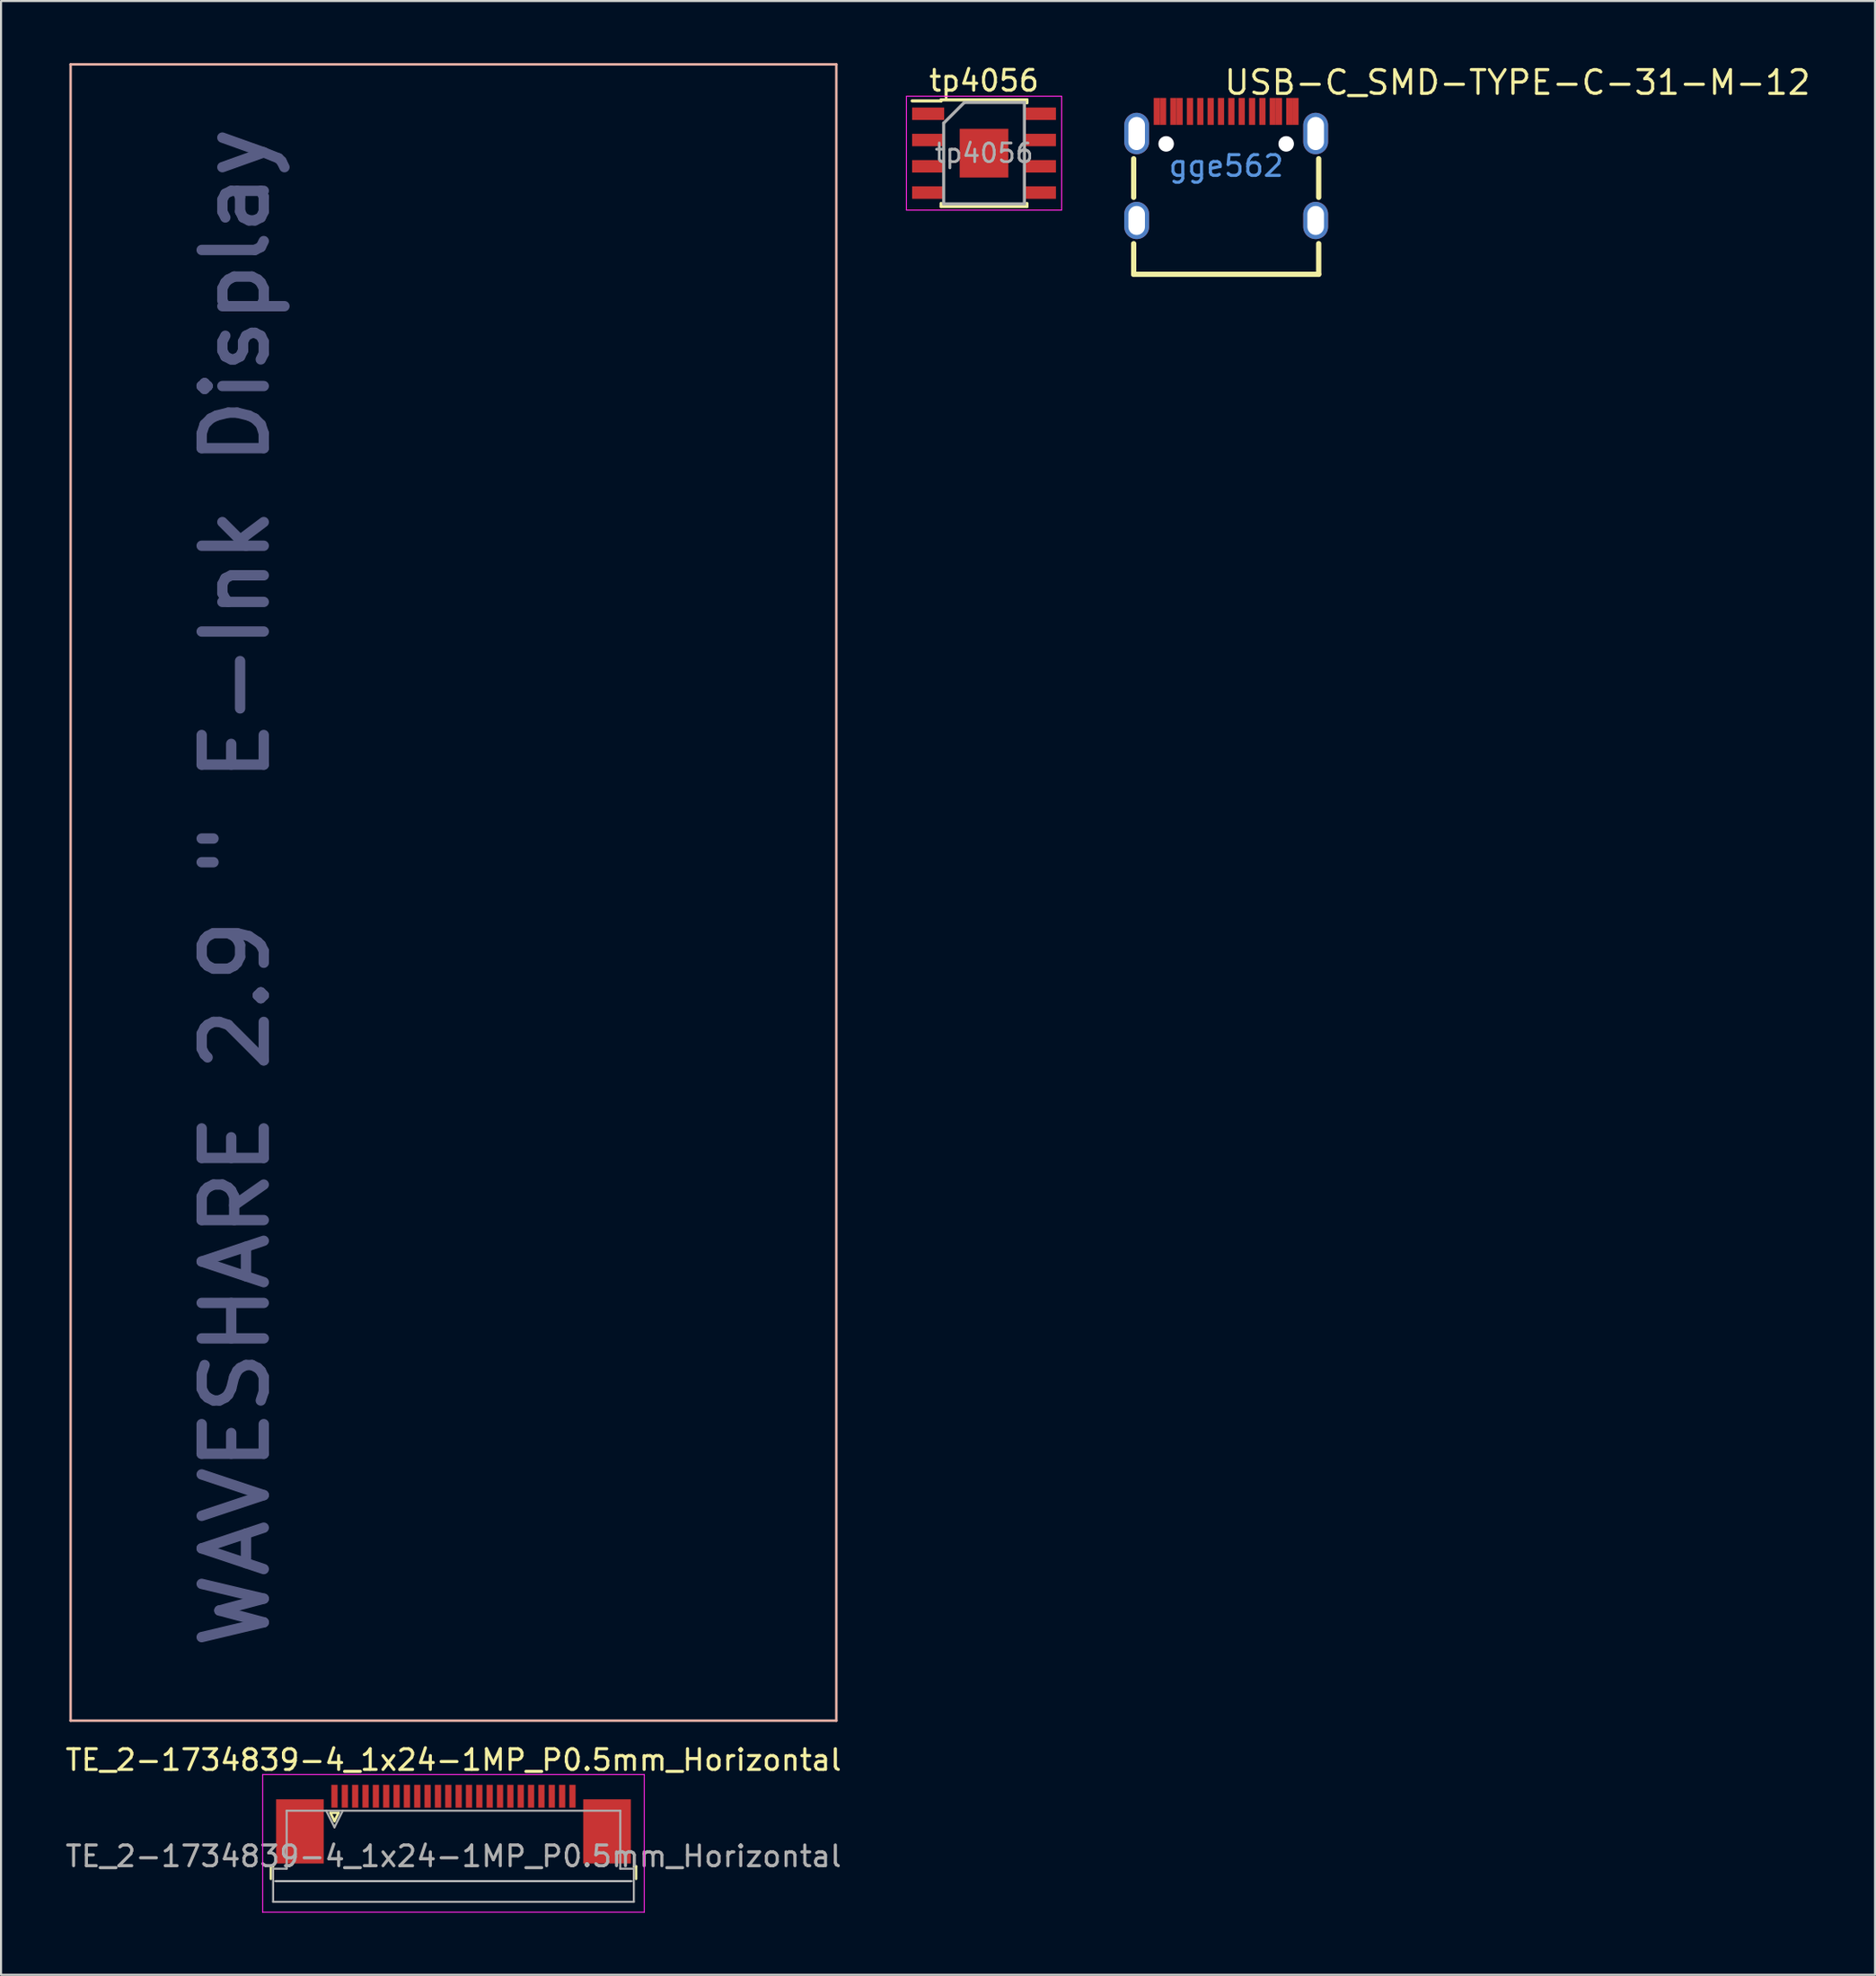
<source format=kicad_pcb>
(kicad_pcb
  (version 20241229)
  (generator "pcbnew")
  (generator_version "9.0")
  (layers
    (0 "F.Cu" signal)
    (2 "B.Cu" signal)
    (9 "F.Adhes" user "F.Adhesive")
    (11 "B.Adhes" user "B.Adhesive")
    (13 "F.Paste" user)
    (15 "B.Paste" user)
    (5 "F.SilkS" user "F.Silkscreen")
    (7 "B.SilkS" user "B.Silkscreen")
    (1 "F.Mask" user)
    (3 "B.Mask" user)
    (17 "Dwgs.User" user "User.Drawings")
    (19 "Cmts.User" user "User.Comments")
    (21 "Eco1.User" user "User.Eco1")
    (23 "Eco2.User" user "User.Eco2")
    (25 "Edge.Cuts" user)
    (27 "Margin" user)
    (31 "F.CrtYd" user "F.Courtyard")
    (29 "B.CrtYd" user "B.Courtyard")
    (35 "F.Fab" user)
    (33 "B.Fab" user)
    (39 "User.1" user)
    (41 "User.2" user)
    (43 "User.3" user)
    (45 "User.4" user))
  (footprint "TE_2-1734839-4_1x24-1MP_P0.5mm_Horizontal"
    (layer "F.Cu")
    (at 18.863 85.06)
    (property "Reference" "TE_2-1734839-4_1x24-1MP_P0.5mm_Horizontal" (at 0 -3.1 0) (layer "F.SilkS") (effects (font (size 1 1) (thickness 0.15))))
    (attr smd)
    (fp_line (start -8.825 2.04) (end -8.825 2.64) (stroke (width 0.12) (type solid)) (layer "F.SilkS"))
    (fp_line (start -8.715 2.04) (end -8.825 2.04) (stroke (width 0.12) (type solid)) (layer "F.SilkS"))
    (fp_line (start -5.95 -0.55) (end -5.75 -0.15) (stroke (width 0.12) (type solid)) (layer "F.SilkS"))
    (fp_line (start -5.75 -0.15) (end -5.55 -0.55) (stroke (width 0.12) (type solid)) (layer "F.SilkS"))
    (fp_line (start -5.55 -0.55) (end -5.95 -0.55) (stroke (width 0.12) (type solid)) (layer "F.SilkS"))
    (fp_line (start 8.715 2.04) (end 8.825 2.04) (stroke (width 0.12) (type solid)) (layer "F.SilkS"))
    (fp_line (start 8.825 2.04) (end 8.825 2.64) (stroke (width 0.12) (type solid)) (layer "F.SilkS"))
    (fp_line (start -18.5 -85) (end -18.5 -5) (stroke (width 0.12) (type solid)) (layer "B.SilkS"))
    (fp_line (start -18.5 -85) (end 18.5 -85) (stroke (width 0.12) (type solid)) (layer "B.SilkS"))
    (fp_line (start -18.5 -5) (end 18.5 -5) (stroke (width 0.12) (type solid)) (layer "B.SilkS"))
    (fp_line (start 18.5 -85) (end 18.5 -5) (stroke (width 0.12) (type solid)) (layer "B.SilkS"))
    (fp_line (start 8.605 2.75) (end -8.605 2.75) (stroke (width 0.1) (type solid)) (layer "Dwgs.User"))
    (fp_line (start -9.22 -2.4) (end -9.22 4.25) (stroke (width 0.05) (type solid)) (layer "F.CrtYd"))
    (fp_line (start -9.22 4.25) (end 9.22 4.25) (stroke (width 0.05) (type solid)) (layer "F.CrtYd"))
    (fp_line (start 9.22 -2.4) (end -9.22 -2.4) (stroke (width 0.05) (type solid)) (layer "F.CrtYd"))
    (fp_line (start 9.22 4.25) (end 9.22 -2.4) (stroke (width 0.05) (type solid)) (layer "F.CrtYd"))
    (fp_line (start -8.715 2.15) (end -8.06 2.15) (stroke (width 0.1) (type solid)) (layer "F.Fab"))
    (fp_line (start -8.715 3.75) (end -8.715 2.15) (stroke (width 0.1) (type solid)) (layer "F.Fab"))
    (fp_line (start -8.06 -0.65) (end 8.06 -0.65) (stroke (width 0.1) (type solid)) (layer "F.Fab"))
    (fp_line (start -8.06 2.15) (end -8.06 -0.65) (stroke (width 0.1) (type solid)) (layer "F.Fab"))
    (fp_line (start -6.15 -0.65) (end -5.75 0.15) (stroke (width 0.1) (type solid)) (layer "F.Fab"))
    (fp_line (start -5.75 0.15) (end -5.35 -0.65) (stroke (width 0.1) (type solid)) (layer "F.Fab"))
    (fp_line (start 8.06 -0.65) (end 8.06 2.15) (stroke (width 0.1) (type solid)) (layer "F.Fab"))
    (fp_line (start 8.06 2.15) (end 8.715 2.15) (stroke (width 0.1) (type solid)) (layer "F.Fab"))
    (fp_line (start 8.715 2.15) (end 8.715 3.75) (stroke (width 0.1) (type solid)) (layer "F.Fab"))
    (fp_line (start 8.715 3.75) (end -8.715 3.75) (stroke (width 0.1) (type solid)) (layer "F.Fab"))
    (fp_text user "WAVESHARE 2.9 \" E-Ink Display" (at -10.53 -45.25 90) (layer "B.Fab") (effects (font (size 3 3) (thickness 0.5))))
    (fp_text user "${REFERENCE}" (at 0 1.55 0) (layer "F.Fab") (effects (font (size 1 1) (thickness 0.15))))
    (pad "1" smd rect (at -5.75 -1.35) (size 0.3 1.1) (layers "F.Cu" "F.Mask" "F.Paste"))
    (pad "2" smd rect (at -5.25 -1.35) (size 0.3 1.1) (layers "F.Cu" "F.Mask" "F.Paste"))
    (pad "3" smd rect (at -4.75 -1.35) (size 0.3 1.1) (layers "F.Cu" "F.Mask" "F.Paste"))
    (pad "4" smd rect (at -4.25 -1.35) (size 0.3 1.1) (layers "F.Cu" "F.Mask" "F.Paste"))
    (pad "5" smd rect (at -3.75 -1.35) (size 0.3 1.1) (layers "F.Cu" "F.Mask" "F.Paste"))
    (pad "6" smd rect (at -3.25 -1.35) (size 0.3 1.1) (layers "F.Cu" "F.Mask" "F.Paste"))
    (pad "7" smd rect (at -2.75 -1.35) (size 0.3 1.1) (layers "F.Cu" "F.Mask" "F.Paste"))
    (pad "8" smd rect (at -2.25 -1.35) (size 0.3 1.1) (layers "F.Cu" "F.Mask" "F.Paste"))
    (pad "9" smd rect (at -1.75 -1.35) (size 0.3 1.1) (layers "F.Cu" "F.Mask" "F.Paste"))
    (pad "10" smd rect (at -1.25 -1.35) (size 0.3 1.1) (layers "F.Cu" "F.Mask" "F.Paste"))
    (pad "11" smd rect (at -0.75 -1.35) (size 0.3 1.1) (layers "F.Cu" "F.Mask" "F.Paste"))
    (pad "12" smd rect (at -0.25 -1.35) (size 0.3 1.1) (layers "F.Cu" "F.Mask" "F.Paste"))
    (pad "13" smd rect (at 0.25 -1.35) (size 0.3 1.1) (layers "F.Cu" "F.Mask" "F.Paste"))
    (pad "14" smd rect (at 0.75 -1.35) (size 0.3 1.1) (layers "F.Cu" "F.Mask" "F.Paste"))
    (pad "15" smd rect (at 1.25 -1.35) (size 0.3 1.1) (layers "F.Cu" "F.Mask" "F.Paste"))
    (pad "16" smd rect (at 1.75 -1.35) (size 0.3 1.1) (layers "F.Cu" "F.Mask" "F.Paste"))
    (pad "17" smd rect (at 2.25 -1.35) (size 0.3 1.1) (layers "F.Cu" "F.Mask" "F.Paste"))
    (pad "18" smd rect (at 2.75 -1.35) (size 0.3 1.1) (layers "F.Cu" "F.Mask" "F.Paste"))
    (pad "19" smd rect (at 3.25 -1.35) (size 0.3 1.1) (layers "F.Cu" "F.Mask" "F.Paste"))
    (pad "20" smd rect (at 3.75 -1.35) (size 0.3 1.1) (layers "F.Cu" "F.Mask" "F.Paste"))
    (pad "21" smd rect (at 4.25 -1.35) (size 0.3 1.1) (layers "F.Cu" "F.Mask" "F.Paste"))
    (pad "22" smd rect (at 4.75 -1.35) (size 0.3 1.1) (layers "F.Cu" "F.Mask" "F.Paste"))
    (pad "23" smd rect (at 5.25 -1.35) (size 0.3 1.1) (layers "F.Cu" "F.Mask" "F.Paste"))
    (pad "24" smd rect (at 5.75 -1.35) (size 0.3 1.1) (layers "F.Cu" "F.Mask" "F.Paste"))
    (pad "MP" smd rect (at -7.42 0.35) (size 2.3 3.1) (layers "F.Cu" "F.Mask" "F.Paste"))
    (pad "MP" smd rect (at 7.42 0.35) (size 2.3 3.1) (layers "F.Cu" "F.Mask" "F.Paste")))
  (footprint "tp4056"
    (layer "F.Cu")
    (at 44.501 4.348)
    (property "Reference" "tp4056" (at 0 -3.5 0) (layer "F.SilkS") (effects (font (size 1 1) (thickness 0.15))))
    (attr smd)
    (fp_line (start -2.075 -2.575) (end -2.075 -2.525) (stroke (width 0.15) (type solid)) (layer "F.SilkS"))
    (fp_line (start -2.075 -2.575) (end 2.075 -2.575) (stroke (width 0.15) (type solid)) (layer "F.SilkS"))
    (fp_line (start -2.075 -2.525) (end -3.475 -2.525) (stroke (width 0.15) (type solid)) (layer "F.SilkS"))
    (fp_line (start -2.075 2.575) (end -2.075 2.43) (stroke (width 0.15) (type solid)) (layer "F.SilkS"))
    (fp_line (start -2.075 2.575) (end 2.075 2.575) (stroke (width 0.15) (type solid)) (layer "F.SilkS"))
    (fp_line (start 2.075 -2.575) (end 2.075 -2.43) (stroke (width 0.15) (type solid)) (layer "F.SilkS"))
    (fp_line (start 2.075 2.575) (end 2.075 2.43) (stroke (width 0.15) (type solid)) (layer "F.SilkS"))
    (fp_line (start -3.75 -2.75) (end -3.75 2.75) (stroke (width 0.05) (type solid)) (layer "F.CrtYd"))
    (fp_line (start -3.75 -2.75) (end 3.75 -2.75) (stroke (width 0.05) (type solid)) (layer "F.CrtYd"))
    (fp_line (start -3.75 2.75) (end 3.75 2.75) (stroke (width 0.05) (type solid)) (layer "F.CrtYd"))
    (fp_line (start 3.75 -2.75) (end 3.75 2.75) (stroke (width 0.05) (type solid)) (layer "F.CrtYd"))
    (fp_line (start -1.95 -1.45) (end -0.95 -2.45) (stroke (width 0.15) (type solid)) (layer "F.Fab"))
    (fp_line (start -1.95 2.45) (end -1.95 -1.45) (stroke (width 0.15) (type solid)) (layer "F.Fab"))
    (fp_line (start -0.95 -2.45) (end 1.95 -2.45) (stroke (width 0.15) (type solid)) (layer "F.Fab"))
    (fp_line (start 1.95 -2.45) (end 1.95 2.45) (stroke (width 0.15) (type solid)) (layer "F.Fab"))
    (fp_line (start 1.95 2.45) (end -1.95 2.45) (stroke (width 0.15) (type solid)) (layer "F.Fab"))
    (fp_text user "${REFERENCE}" (at 0 0 0) (layer "F.Fab") (effects (font (size 0.9 0.9) (thickness 0.135))))
    (pad "" smd rect (at -0.588 -0.588) (size 0.95 0.95) (layers "F.Paste"))
    (pad "" smd rect (at -0.588 0.588) (size 0.95 0.95) (layers "F.Paste"))
    (pad "" smd rect (at 0.588 -0.588) (size 0.95 0.95) (layers "F.Paste"))
    (pad "" smd rect (at 0.588 0.588) (size 0.95 0.95) (layers "F.Paste"))
    (pad "1" smd rect (at -2.7 -1.905) (size 1.55 0.6) (layers "F.Cu" "F.Mask" "F.Paste"))
    (pad "2" smd rect (at -2.7 -0.635) (size 1.55 0.6) (layers "F.Cu" "F.Mask" "F.Paste"))
    (pad "3" smd rect (at -2.7 0.635) (size 1.55 0.6) (layers "F.Cu" "F.Mask" "F.Paste"))
    (pad "4" smd rect (at -2.7 1.905) (size 1.55 0.6) (layers "F.Cu" "F.Mask" "F.Paste"))
    (pad "4" smd rect (at 0 0) (size 2.35 2.35) (layers "F.Cu" "F.Mask"))
    (pad "5" smd rect (at 2.7 1.905) (size 1.55 0.6) (layers "F.Cu" "F.Mask" "F.Paste"))
    (pad "6" smd rect (at 2.7 0.635) (size 1.55 0.6) (layers "F.Cu" "F.Mask" "F.Paste"))
    (pad "7" smd rect (at 2.7 -0.635) (size 1.55 0.6) (layers "F.Cu" "F.Mask" "F.Paste"))
    (pad "8" smd rect (at 2.7 -1.905) (size 1.55 0.6) (layers "F.Cu" "F.Mask" "F.Paste")))
  (footprint "USB-C_SMD-TYPE-C-31-M-12"
    (layer "F.Cu")
    (at 56.201 4.965)
    (property "Reference" "USB-C_SMD-TYPE-C-31-M-12" (at -0.175 -4.03 0) (layer "F.SilkS") (effects (font (size 1.143 1.143) (thickness 0.152)) (justify left)))
    (attr smd)
    (fp_line (start -4.469 1.516) (end -4.469 -0.347) (stroke (width 0.254) (type solid)) (layer "F.SilkS"))
    (fp_line (start -4.469 5.234) (end -4.469 3.753) (stroke (width 0.254) (type solid)) (layer "F.SilkS"))
    (fp_line (start 4.471 1.516) (end 4.471 -0.348) (stroke (width 0.254) (type solid)) (layer "F.SilkS"))
    (fp_line (start 4.471 5.234) (end -4.469 5.234) (stroke (width 0.254) (type solid)) (layer "F.SilkS"))
    (fp_line (start 4.471 5.234) (end 4.471 3.752) (stroke (width 0.254) (type solid)) (layer "F.SilkS"))
    (fp_poly (pts (xy -1.9 -3.284) (xy -1.6 -3.284) (xy -1.6 -1.985) (xy -1.9 -1.985)) (stroke (width 0) (type solid)) (fill yes) (layer "F.Paste"))
    (fp_poly (pts (xy -1.4 -3.284) (xy -1.1 -3.284) (xy -1.1 -1.985) (xy -1.4 -1.985)) (stroke (width 0) (type solid)) (fill yes) (layer "F.Paste"))
    (fp_poly (pts (xy -0.9 -3.284) (xy -0.6 -3.284) (xy -0.6 -1.985) (xy -0.9 -1.985)) (stroke (width 0) (type solid)) (fill yes) (layer "F.Paste"))
    (fp_poly (pts (xy -0.4 -3.284) (xy -0.1 -3.284) (xy -0.1 -1.985) (xy -0.4 -1.985)) (stroke (width 0) (type solid)) (fill yes) (layer "F.Paste"))
    (fp_poly (pts (xy 0.1 -3.284) (xy 0.4 -3.284) (xy 0.4 -1.985) (xy 0.1 -1.985)) (stroke (width 0) (type solid)) (fill yes) (layer "F.Paste"))
    (fp_poly (pts (xy 0.6 -3.284) (xy 0.9 -3.284) (xy 0.9 -1.985) (xy 0.6 -1.985)) (stroke (width 0) (type solid)) (fill yes) (layer "F.Paste"))
    (fp_poly (pts (xy 1.1 -3.284) (xy 1.4 -3.284) (xy 1.4 -1.985) (xy 1.1 -1.985)) (stroke (width 0) (type solid)) (fill yes) (layer "F.Paste"))
    (fp_poly (pts (xy 1.6 -3.284) (xy 1.9 -3.284) (xy 1.9 -1.985) (xy 1.6 -1.985)) (stroke (width 0) (type solid)) (fill yes) (layer "F.Paste"))
    (fp_poly (pts (xy -3.45 -3.284) (xy -2.95 -3.284) (xy -2.95 -1.984) (xy -3.45 -1.984) (xy -3.45 -2.007)) (stroke (width 0) (type solid)) (fill yes) (layer "F.Paste"))
    (fp_poly (pts (xy -2.65 -3.284) (xy -2.15 -3.284) (xy -2.15 -1.984) (xy -2.65 -1.984) (xy -2.65 -2.007)) (stroke (width 0) (type solid)) (fill yes) (layer "F.Paste"))
    (fp_poly (pts (xy 2.15 -3.284) (xy 2.65 -3.284) (xy 2.65 -1.984) (xy 2.15 -1.984) (xy 2.15 -2.007)) (stroke (width 0) (type solid)) (fill yes) (layer "F.Paste"))
    (fp_poly (pts (xy 2.95 -3.284) (xy 3.45 -3.284) (xy 3.45 -1.984) (xy 2.95 -1.984) (xy 2.95 -2.007)) (stroke (width 0) (type solid)) (fill yes) (layer "F.Paste"))
    (fp_circle (center -2.9 -1.066) (end -2.775 -1.066) (stroke (width 0.25) (type solid)) (fill no) (layer "Cmts.User"))
    (fp_circle (center 2.9 -1.066) (end 3.025 -1.066) (stroke (width 0.25) (type solid)) (fill no) (layer "Cmts.User"))
    (fp_text user "gge562" (at 0 0 0) (layer "Cmts.User") (effects (font (size 1 1) (thickness 0.15))))
    (pad "" np_thru_hole circle (at -2.9 -1.066) (size 0.75 0.75) (drill 0.75) (layers "*.Cu" "*.Mask"))
    (pad "" np_thru_hole circle (at 2.9 -1.066) (size 0.75 0.75) (drill 0.75) (layers "*.Cu" "*.Mask"))
    (pad "0" thru_hole oval (at -4.325 -1.566) (size 1.2 2) (drill oval 0.8 1.6) (layers "*.Cu" "*.Paste" "*.Mask"))
    (pad "0" thru_hole oval (at -4.325 2.634) (size 1.2 1.8) (drill oval 0.8 1.4) (layers "*.Cu" "*.Paste" "*.Mask"))
    (pad "0" thru_hole oval (at 4.325 -1.566) (size 1.2 2) (drill oval 0.8 1.6) (layers "*.Cu" "*.Paste" "*.Mask"))
    (pad "0" thru_hole oval (at 4.325 2.634) (size 1.2 1.8) (drill oval 0.8 1.4) (layers "*.Cu" "*.Paste" "*.Mask"))
    (pad "A1" smd rect (at -3.35 -2.634) (size 0.3 1.3) (layers "F.Cu" "F.Mask" "F.Paste"))
    (pad "A4" smd rect (at -2.55 -2.634) (size 0.3 1.3) (layers "F.Cu" "F.Mask" "F.Paste"))
    (pad "A5" smd rect (at -1.25 -2.634) (size 0.3 1.3) (layers "F.Cu" "F.Mask" "F.Paste"))
    (pad "A6" smd rect (at -0.25 -2.634) (size 0.3 1.3) (layers "F.Cu" "F.Mask" "F.Paste"))
    (pad "A7" smd rect (at 0.25 -2.634) (size 0.3 1.3) (layers "F.Cu" "F.Mask" "F.Paste"))
    (pad "A8" smd rect (at 1.25 -2.634) (size 0.3 1.3) (layers "F.Cu" "F.Mask" "F.Paste"))
    (pad "A9" smd rect (at 2.55 -2.634) (size 0.3 1.3) (layers "F.Cu" "F.Mask" "F.Paste"))
    (pad "A12" smd rect (at 3.35 -2.634) (size 0.3 1.3) (layers "F.Cu" "F.Mask" "F.Paste"))
    (pad "B1" smd rect (at 3.05 -2.634) (size 0.3 1.3) (layers "F.Cu" "F.Mask" "F.Paste"))
    (pad "B4" smd rect (at 2.25 -2.634) (size 0.3 1.3) (layers "F.Cu" "F.Mask" "F.Paste"))
    (pad "B5" smd rect (at 1.75 -2.634) (size 0.3 1.3) (layers "F.Cu" "F.Mask" "F.Paste"))
    (pad "B6" smd rect (at 0.75 -2.634) (size 0.3 1.3) (layers "F.Cu" "F.Mask" "F.Paste"))
    (pad "B7" smd rect (at -0.75 -2.634) (size 0.3 1.3) (layers "F.Cu" "F.Mask" "F.Paste"))
    (pad "B8" smd rect (at -1.75 -2.634) (size 0.3 1.3) (layers "F.Cu" "F.Mask" "F.Paste"))
    (pad "B9" smd rect (at -2.25 -2.634) (size 0.3 1.3) (layers "F.Cu" "F.Mask" "F.Paste"))
    (pad "B12" smd rect (at -3.05 -2.634) (size 0.3 1.3) (layers "F.Cu" "F.Mask" "F.Paste")))
  (gr_rect
    (start -3 -3)
    (end 87.556 92.335)
    (stroke (width 0.1) (type default))
    (fill no)
    (layer "Edge.Cuts")))
</source>
